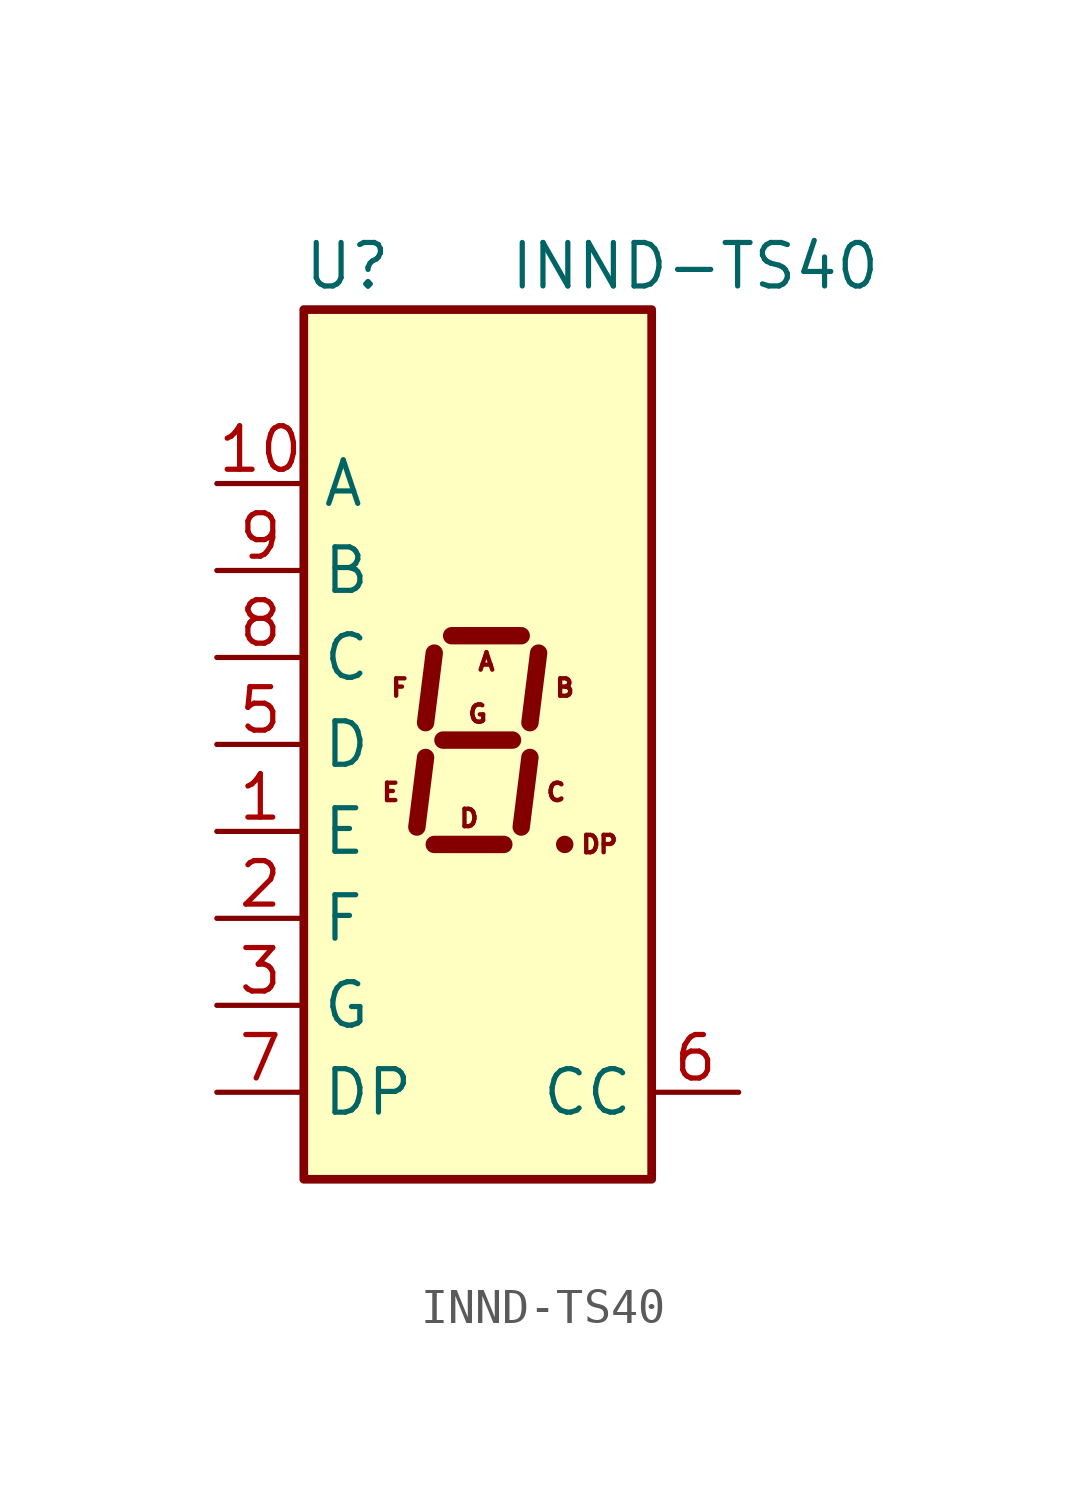
<source format=kicad_sym>
(kicad_symbol_lib
  (version 20211014)
  (generator kicad_symbol_editor)
  (symbol "INND-TS40"
    (property "Reference" "U"
      (at -3.81 13.97 0)
      (effects (font (size 1.27 1.27))))
    (property "Value" "INND-TS40"
      (at 6.35 13.97 0)
      (effects (font (size 1.27 1.27))))
    (symbol "INND-TS40_1_0"
      (text "A" (at 0.254 2.413 0) (effects (font (size 0.508 0.508))))
      (text "B" (at 2.54 1.651 0) (effects (font (size 0.508 0.508))))
      (text "C" (at 2.286 -1.397 0) (effects (font (size 0.508 0.508))))
      (text "D" (at -0.254 -2.159 0) (effects (font (size 0.508 0.508))))
      (text "DP" (at 3.556 -2.921 0) (effects (font (size 0.508 0.508))))
      (text "E" (at -2.54 -1.397 0) (effects (font (size 0.508 0.508))))
      (text "F" (at -2.286 1.651 0) (effects (font (size 0.508 0.508))))
      (text "G" (at 0 0.889 0) (effects (font (size 0.508 0.508)))))
    (symbol "INND-TS40_1_1"
      (rectangle (start -5.08 12.7) (end 5.08 -12.7) (stroke (width 0.254) (type default) (color 0 0 0 0)) (fill (type background)))
      (polyline (pts (xy -1.524 -0.381) (xy -1.778 -2.413)) (stroke (width 0.508) (type default) (color 0 0 0 0)) (fill (type none)))
      (polyline (pts (xy -1.27 -2.921) (xy 0.762 -2.921)) (stroke (width 0.508) (type default) (color 0 0 0 0)) (fill (type none)))
      (polyline (pts (xy -1.27 2.667) (xy -1.524 0.635)) (stroke (width 0.508) (type default) (color 0 0 0 0)) (fill (type none)))
      (polyline (pts (xy -1.016 0.127) (xy 1.016 0.127)) (stroke (width 0.508) (type default) (color 0 0 0 0)) (fill (type none)))
      (polyline (pts (xy -0.762 3.175) (xy 1.27 3.175)) (stroke (width 0.508) (type default) (color 0 0 0 0)) (fill (type none)))
      (polyline (pts (xy 1.524 -0.381) (xy 1.27 -2.413)) (stroke (width 0.508) (type default) (color 0 0 0 0)) (fill (type none)))
      (polyline (pts (xy 1.778 2.667) (xy 1.524 0.635)) (stroke (width 0.508) (type default) (color 0 0 0 0)) (fill (type none)))
      (polyline (pts (xy 2.54 -2.921) (xy 2.54 -2.921)) (stroke (width 0.508) (type default) (color 0 0 0 0)) (fill (type none)))
      (pin input line (at -7.62 -2.54 0) (length 2.54) (name "E" (effects (font (size 1.27 1.27)))) (number "1" (effects (font (size 1.27 1.27)))))
      (pin input line (at -7.62 7.62 0) (length 2.54) (name "A" (effects (font (size 1.27 1.27)))) (number "10" (effects (font (size 1.27 1.27)))))
      (pin input line (at -7.62 -5.08 0) (length 2.54) (name "F" (effects (font (size 1.27 1.27)))) (number "2" (effects (font (size 1.27 1.27)))))
      (pin input line (at -7.62 -7.62 0) (length 2.54) (name "G" (effects (font (size 1.27 1.27)))) (number "3" (effects (font (size 1.27 1.27)))))
      (pin input line (at -7.62 0 0) (length 2.54) (name "D" (effects (font (size 1.27 1.27)))) (number "5" (effects (font (size 1.27 1.27)))))
      (pin input line (at 7.62 -10.16 180) (length 2.54) (name "CC" (effects (font (size 1.27 1.27)))) (number "6" (effects (font (size 1.27 1.27)))))
      (pin input line (at -7.62 -10.16 0) (length 2.54) (name "DP" (effects (font (size 1.27 1.27)))) (number "7" (effects (font (size 1.27 1.27)))))
      (pin input line (at -7.62 2.54 0) (length 2.54) (name "C" (effects (font (size 1.27 1.27)))) (number "8" (effects (font (size 1.27 1.27)))))
      (pin input line (at -7.62 5.08 0) (length 2.54) (name "B" (effects (font (size 1.27 1.27)))) (number "9" (effects (font (size 1.27 1.27))))))))
</source>
